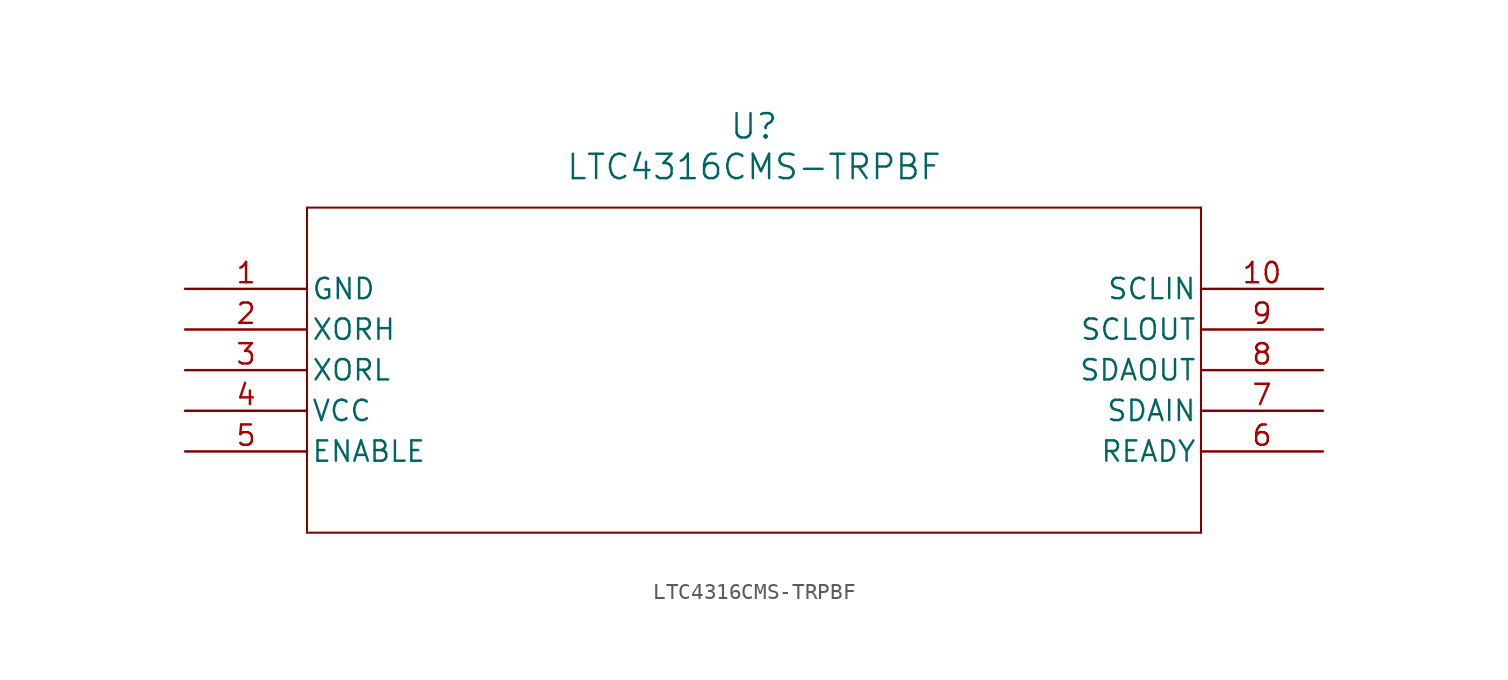
<source format=kicad_sym>
(kicad_symbol_lib
  (version 20211014)
  (generator kicad_symbol_editor)
  (symbol "LTC4316CMS-TRPBF"
    (pin_names
      (offset 0.254))
    (property "Reference" "U"
      (at 35.56 10.16 0)
      (effects (font (size 1.524 1.524))))
    (property "Value" "LTC4316CMS-TRPBF"
      (at 35.56 7.62 0)
      (effects (font (size 1.524 1.524))))
    (symbol "LTC4316CMS-TRPBF_0_1"
      (polyline (pts (xy 7.62 5.08) (xy 7.62 -15.24)) (stroke (width 0.127) (type default) (color 0 0 0 0)) (fill (type none)))
      (polyline (pts (xy 7.62 -15.24) (xy 63.5 -15.24)) (stroke (width 0.127) (type default) (color 0 0 0 0)) (fill (type none)))
      (polyline (pts (xy 63.5 -15.24) (xy 63.5 5.08)) (stroke (width 0.127) (type default) (color 0 0 0 0)) (fill (type none)))
      (polyline (pts (xy 63.5 5.08) (xy 7.62 5.08)) (stroke (width 0.127) (type default) (color 0 0 0 0)) (fill (type none)))
      (pin power_in line (at 0 0 0) (length 7.62) (name "GND" (effects (font (size 1.27 1.27)))) (number "1" (effects (font (size 1.27 1.27)))))
      (pin input line (at 0 -2.54 0) (length 7.62) (name "XORH" (effects (font (size 1.27 1.27)))) (number "2" (effects (font (size 1.27 1.27)))))
      (pin input line (at 0 -5.08 0) (length 7.62) (name "XORL" (effects (font (size 1.27 1.27)))) (number "3" (effects (font (size 1.27 1.27)))))
      (pin power_in line (at 0 -7.62 0) (length 7.62) (name "VCC" (effects (font (size 1.27 1.27)))) (number "4" (effects (font (size 1.27 1.27)))))
      (pin input line (at 0 -10.16 0) (length 7.62) (name "ENABLE" (effects (font (size 1.27 1.27)))) (number "5" (effects (font (size 1.27 1.27)))))
      (pin output line (at 71.12 -10.16 180) (length 7.62) (name "READY" (effects (font (size 1.27 1.27)))) (number "6" (effects (font (size 1.27 1.27)))))
      (pin bidirectional line (at 71.12 -7.62 180) (length 7.62) (name "SDAIN" (effects (font (size 1.27 1.27)))) (number "7" (effects (font (size 1.27 1.27)))))
      (pin bidirectional line (at 71.12 -5.08 180) (length 7.62) (name "SDAOUT" (effects (font (size 1.27 1.27)))) (number "8" (effects (font (size 1.27 1.27)))))
      (pin bidirectional line (at 71.12 -2.54 180) (length 7.62) (name "SCLOUT" (effects (font (size 1.27 1.27)))) (number "9" (effects (font (size 1.27 1.27)))))
      (pin bidirectional line (at 71.12 0 180) (length 7.62) (name "SCLIN" (effects (font (size 1.27 1.27)))) (number "10" (effects (font (size 1.27 1.27))))))))
</source>
